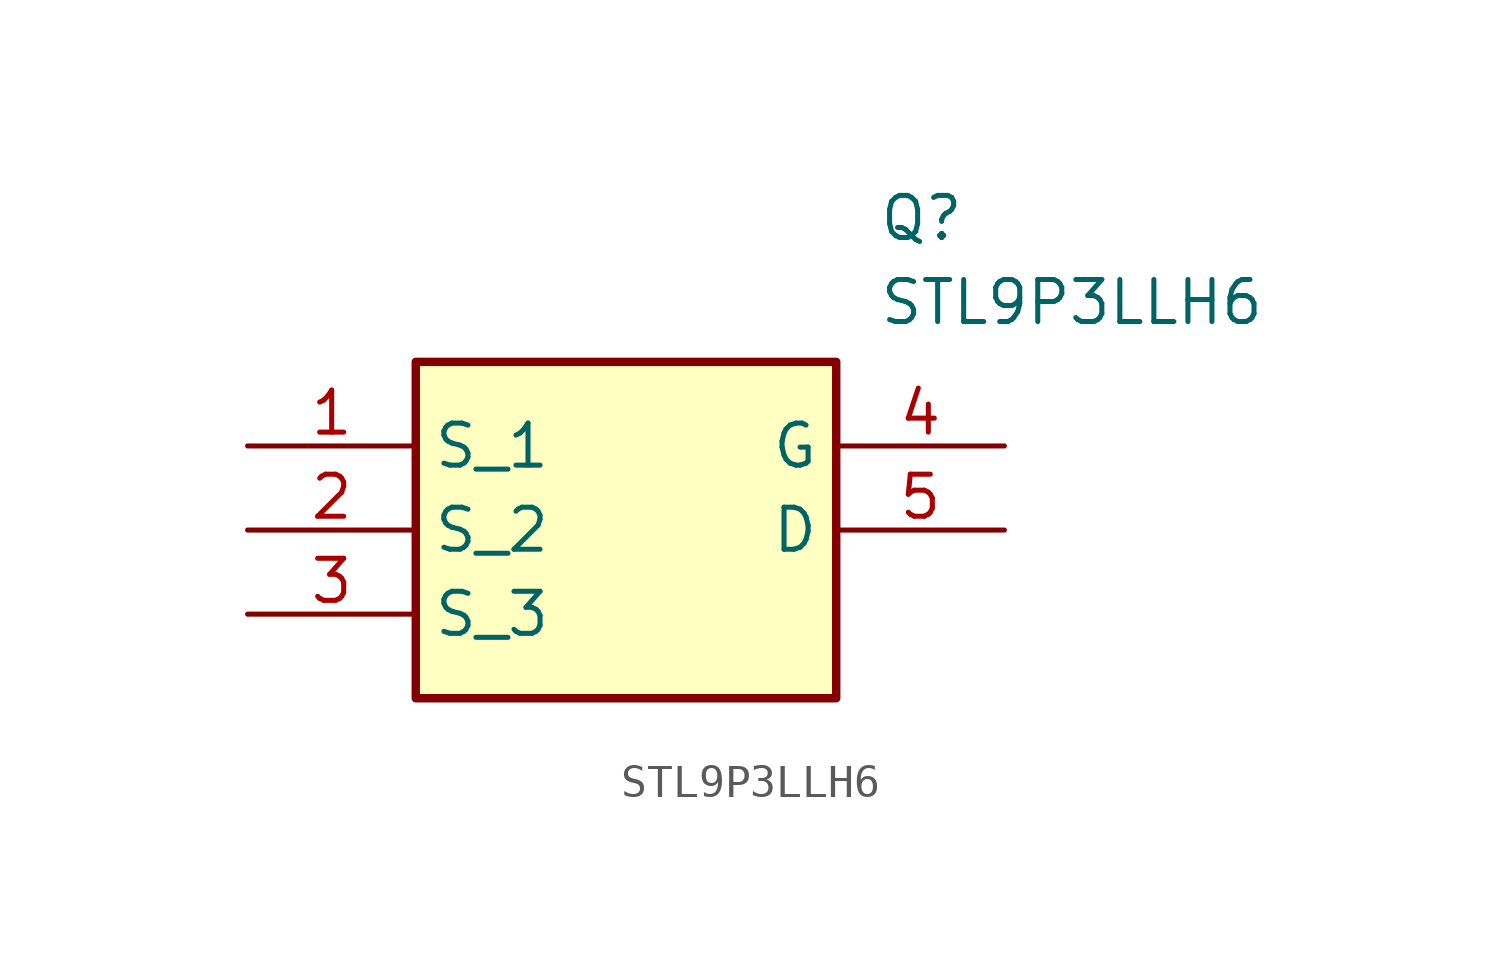
<source format=kicad_sym>
(kicad_symbol_lib
  (version 20211014)
  (generator SamacSys_ECAD_Model)
  (symbol "STL9P3LLH6"
    (property "Reference" "Q"
      (at 19.05 7.62 0)
      (effects (font (size 1.27 1.27)) (justify left top)))
    (property "Value" "STL9P3LLH6"
      (at 19.05 5.08 0)
      (effects (font (size 1.27 1.27)) (justify left top)))
    (rectangle
      (start 5.08 2.54)
      (end 17.78 -7.62)
      (stroke (width 0.254) (type default))
      (fill (type background)))
    (pin passive line
      (at 0 0 0)
      (length 5.08)
      (name "S_1" (effects (font (size 1.27 1.27))))
      (number "1" (effects (font (size 1.27 1.27)))))
    (pin passive line
      (at 0 -2.54 0)
      (length 5.08)
      (name "S_2" (effects (font (size 1.27 1.27))))
      (number "2" (effects (font (size 1.27 1.27)))))
    (pin passive line
      (at 0 -5.08 0)
      (length 5.08)
      (name "S_3" (effects (font (size 1.27 1.27))))
      (number "3" (effects (font (size 1.27 1.27)))))
    (pin passive line
      (at 22.86 0 180)
      (length 5.08)
      (name "G" (effects (font (size 1.27 1.27))))
      (number "4" (effects (font (size 1.27 1.27)))))
    (pin passive line
      (at 22.86 -2.54 180)
      (length 5.08)
      (name "D" (effects (font (size 1.27 1.27))))
      (number "5" (effects (font (size 1.27 1.27)))))))
</source>
